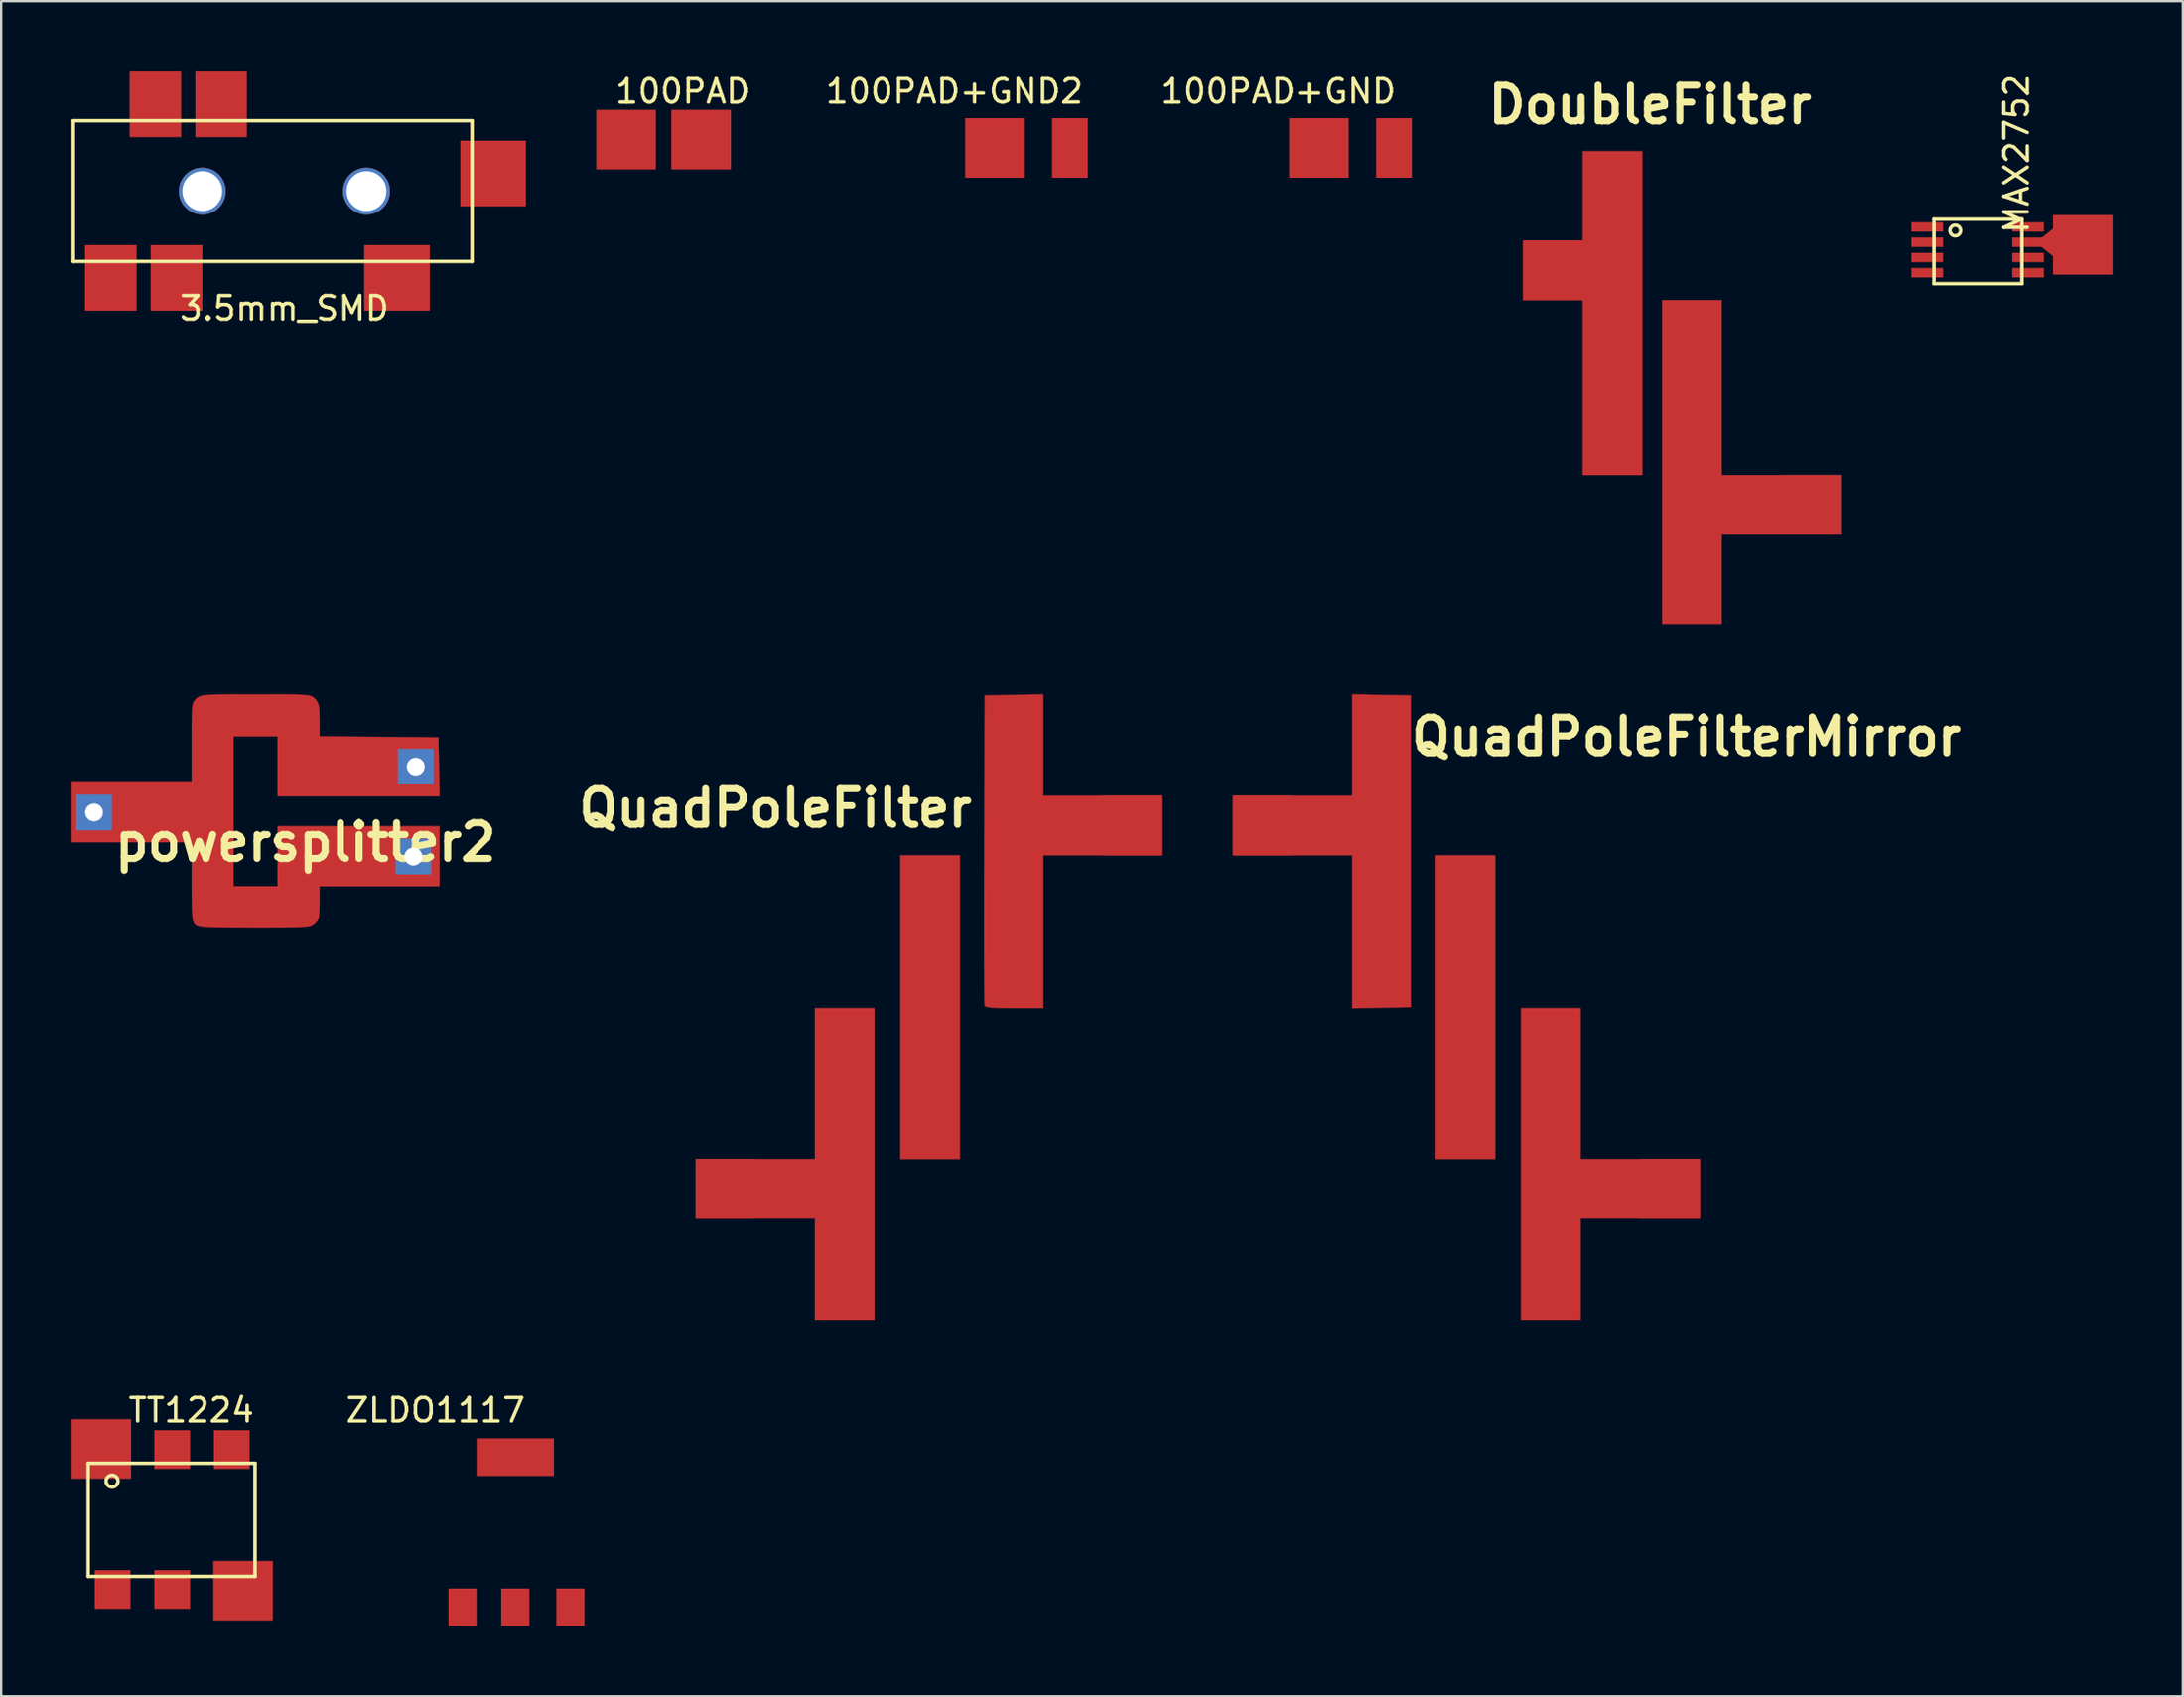
<source format=kicad_pcb>
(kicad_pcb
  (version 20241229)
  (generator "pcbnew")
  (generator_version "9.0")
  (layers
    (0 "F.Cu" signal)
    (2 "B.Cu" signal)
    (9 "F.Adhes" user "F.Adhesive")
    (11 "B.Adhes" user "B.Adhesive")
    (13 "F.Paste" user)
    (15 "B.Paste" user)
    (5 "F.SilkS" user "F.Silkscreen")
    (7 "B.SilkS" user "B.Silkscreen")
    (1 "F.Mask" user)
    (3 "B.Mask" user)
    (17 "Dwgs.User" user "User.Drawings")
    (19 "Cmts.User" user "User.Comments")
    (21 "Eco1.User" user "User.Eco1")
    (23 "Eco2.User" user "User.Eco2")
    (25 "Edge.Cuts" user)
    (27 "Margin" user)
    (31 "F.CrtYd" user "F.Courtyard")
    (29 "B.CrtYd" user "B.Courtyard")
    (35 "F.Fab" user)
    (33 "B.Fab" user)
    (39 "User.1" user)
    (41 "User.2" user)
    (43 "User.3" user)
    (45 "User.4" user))
  (footprint "DoubleFilter"
    (layer "F.Cu")
    (at 71.289 14.321)
    (property "Reference" "DoubleFilter" (at -3.988 -12.903 0) (layer "F.SilkS") (effects (font (size 1.524 1.524) (thickness 0.3))))
    (attr through_hole)
    (fp_poly (pts (xy -4.318 2.879) (xy -6.858 2.879) (xy -6.858 -4.572) (xy -9.398 -4.572) (xy -9.398 -7.112) (xy -6.858 -7.112) (xy -6.858 -10.922) (xy -4.318 -10.922) (xy -4.318 2.879)) (stroke (width 0.01) (type solid)) (fill yes) (layer "F.Cu"))
    (fp_poly (pts (xy -0.931 2.879) (xy 4.149 2.879) (xy 4.149 5.419) (xy -0.931 5.419) (xy -0.931 9.229) (xy -3.471 9.229) (xy -3.471 -4.572) (xy -0.931 -4.572) (xy -0.931 2.879)) (stroke (width 0.01) (type solid)) (fill yes) (layer "F.Cu"))
    (pad "1" smd rect (at -8.128 -5.842) (size 2.54 2.54) (layers "F.Cu" "F.Mask" "F.Paste"))
    (pad "2" smd rect (at 2.845 4.14) (size 2.54 2.54) (layers "F.Cu" "F.Mask" "F.Paste")))
  (footprint "powersplitter2"
    (layer "F.Cu")
    (at 9.977 32.867)
    (property "Reference" "powersplitter2" (at 0 0 0) (layer "F.SilkS") (effects (font (size 1.524 1.524) (thickness 0.3))))
    (attr through_hole)
    (fp_poly (pts (xy -1.426 -6.307) (xy -0.884 -6.305) (xy -0.472 -6.3) (xy -0.169 -6.29) (xy 0.044 -6.274) (xy 0.188 -6.25) (xy 0.283 -6.217) (xy 0.349 -6.172) (xy 0.407 -6.115) (xy 0.411 -6.11) (xy 0.506 -5.986) (xy 0.562 -5.831) (xy 0.589 -5.601) (xy 0.597 -5.249) (xy 0.597 -5.216) (xy 0.597 -4.52) (xy 5.668 -4.475) (xy 5.692 -3.218) (xy 5.715 -1.96) (xy -1.193 -1.96) (xy -1.193 -4.517) (xy -3.068 -4.517) (xy -3.068 1.875) (xy -1.193 1.875) (xy -1.193 -0.682) (xy 5.711 -0.682) (xy 5.711 1.875) (xy 0.597 1.875) (xy 0.597 2.585) (xy 0.592 2.944) (xy 0.57 3.178) (xy 0.522 3.329) (xy 0.437 3.443) (xy 0.399 3.48) (xy 0.336 3.534) (xy 0.263 3.577) (xy 0.16 3.609) (xy 0.007 3.632) (xy -0.218 3.648) (xy -0.532 3.658) (xy -0.958 3.663) (xy -1.515 3.665) (xy -2.187 3.665) (xy -2.892 3.664) (xy -3.445 3.661) (xy -3.867 3.655) (xy -4.178 3.644) (xy -4.397 3.627) (xy -4.543 3.603) (xy -4.637 3.571) (xy -4.697 3.53) (xy -4.717 3.509) (xy -4.767 3.434) (xy -4.803 3.317) (xy -4.829 3.135) (xy -4.845 2.865) (xy -4.854 2.482) (xy -4.858 1.962) (xy -4.858 1.677) (xy -4.858 0) (xy -9.972 0) (xy -9.972 -2.557) (xy -4.858 -2.557) (xy -4.858 -4.247) (xy -4.858 -4.824) (xy -4.854 -5.255) (xy -4.845 -5.565) (xy -4.827 -5.778) (xy -4.799 -5.92) (xy -4.758 -6.013) (xy -4.7 -6.084) (xy -4.661 -6.122) (xy -4.598 -6.177) (xy -4.524 -6.22) (xy -4.42 -6.252) (xy -4.264 -6.275) (xy -4.038 -6.291) (xy -3.719 -6.3) (xy -3.289 -6.305) (xy -2.726 -6.307) (xy -2.119 -6.307) (xy -1.426 -6.307)) (stroke (width 0.01) (type solid)) (fill yes) (layer "F.Cu"))
    (pad "1" thru_hole rect (at -9.017 -1.27) (size 1.524 1.524) (drill 0.762) (layers "*.Cu" "*.Mask"))
    (pad "2" thru_hole rect (at 4.597 0.61) (size 1.524 1.524) (drill 0.762) (layers "*.Cu" "*.Mask"))
    (pad "3" thru_hole rect (at 4.699 -3.226) (size 1.524 1.524) (drill 0.762) (layers "*.Cu" "*.Mask")))
  (footprint "QuadPoleFilterMirror"
    (layer "F.Cu")
    (at 59.854 40.026)
    (property "Reference" "QuadPoleFilterMirror" (at 8.992 -11.659 0) (layer "F.SilkS") (effects (font (size 1.524 1.524) (thickness 0.3))))
    (attr through_hole)
    (fp_poly (pts (xy 0.847 6.35) (xy -1.693 6.35) (xy -1.693 -6.604) (xy 0.847 -6.604) (xy 0.847 6.35)) (stroke (width 0.01) (type solid)) (fill yes) (layer "F.Cu"))
    (fp_poly (pts (xy 4.487 6.35) (xy 9.567 6.35) (xy 9.567 8.89) (xy 4.487 8.89) (xy 4.487 13.208) (xy 1.947 13.208) (xy 1.947 -0.085) (xy 4.487 -0.085) (xy 4.487 6.35)) (stroke (width 0.01) (type solid)) (fill yes) (layer "F.Cu"))
    (fp_poly (pts (xy -4 -13.443) (xy -2.752 -13.42) (xy -2.752 -0.127) (xy -4 -0.104) (xy -5.249 -0.08) (xy -5.249 -6.604) (xy -10.329 -6.604) (xy -10.329 -9.144) (xy -5.249 -9.144) (xy -5.249 -13.467) (xy -4 -13.443)) (stroke (width 0.01) (type solid)) (fill yes) (layer "F.Cu"))
    (pad "1" smd rect (at -9.068 -7.874) (size 2.54 2.54) (layers "F.Cu" "F.Mask" "F.Paste"))
    (pad "2" smd rect (at 8.306 7.62) (size 2.54 2.54) (layers "F.Cu" "F.Mask" "F.Paste")))
  (footprint "TT1224"
    (layer "F.Cu")
    (at 0.965 59.602)
    (property "Reference" "TT1224" (at 4.14 -2.515 0) (layer "F.SilkS") (effects (font (size 1 1) (thickness 0.15))))
    (attr through_hole)
    (fp_line (start -0.254 -0.254) (end 6.858 -0.254) (stroke (width 0.15) (type solid)) (layer "F.SilkS"))
    (fp_line (start -0.254 4.572) (end -0.254 -0.254) (stroke (width 0.15) (type solid)) (layer "F.SilkS"))
    (fp_line (start 6.858 -0.254) (end 6.858 4.572) (stroke (width 0.15) (type solid)) (layer "F.SilkS"))
    (fp_line (start 6.858 4.572) (end -0.254 4.572) (stroke (width 0.15) (type solid)) (layer "F.SilkS"))
    (fp_circle (center 0.762 0.508) (end 1.016 0.508) (stroke (width 0.15) (type solid)) (fill no) (layer "F.SilkS"))
    (pad "1" smd rect (at 0.305 -0.864) (size 2.54 2.54) (layers "F.Cu" "F.Mask" "F.Paste"))
    (pad "2" smd rect (at 3.327 -0.838) (size 1.524 1.651) (layers "F.Cu" "F.Mask" "F.Paste"))
    (pad "3" smd rect (at 5.867 -0.838) (size 1.524 1.651) (layers "F.Cu" "F.Mask" "F.Paste"))
    (pad "4" smd rect (at 6.35 5.182) (size 2.54 2.54) (layers "F.Cu" "F.Mask" "F.Paste"))
    (pad "5" smd rect (at 3.327 5.131) (size 1.524 1.651) (layers "F.Cu" "F.Mask" "F.Paste"))
    (pad "6" smd rect (at 0.787 5.131) (size 1.524 1.651) (layers "F.Cu" "F.Mask" "F.Paste")))
  (footprint "3.5mm_SMD"
    (layer "F.Cu")
    (at 1.075 5.1)
    (property "Reference" "3.5mm_SMD" (at 8 5 0) (layer "F.SilkS") (effects (font (size 1 1) (thickness 0.15))))
    (attr through_hole)
    (fp_line (start -1 -3) (end -1 3) (stroke (width 0.15) (type solid)) (layer "F.SilkS"))
    (fp_line (start -1 3) (end 16 3) (stroke (width 0.15) (type solid)) (layer "F.SilkS"))
    (fp_line (start 16 -3) (end -1 -3) (stroke (width 0.15) (type solid)) (layer "F.SilkS"))
    (fp_line (start 16 3) (end 16 -3) (stroke (width 0.15) (type solid)) (layer "F.SilkS"))
    (pad "" thru_hole circle (at 4.5 0) (size 2 2) (drill 1.7) (layers "*.Cu" "*.Mask"))
    (pad "" thru_hole circle (at 11.5 0) (size 2 2) (drill 1.7) (layers "*.Cu" "*.Mask"))
    (pad "1" smd rect (at 0.6 3.7) (size 2.2 2.8) (layers "F.Cu" "F.Mask" "F.Paste"))
    (pad "2" smd rect (at 12.8 3.7) (size 2.8 2.8) (layers "F.Cu" "F.Mask" "F.Paste"))
    (pad "3" smd rect (at 5.3 -3.7) (size 2.2 2.8) (layers "F.Cu" "F.Mask" "F.Paste"))
    (pad "4" smd rect (at 3.4 3.7) (size 2.2 2.8) (layers "F.Cu" "F.Mask" "F.Paste"))
    (pad "5" smd rect (at 16.9 -0.75) (size 2.8 2.8) (layers "F.Cu" "F.Mask" "F.Paste"))
    (pad "6" smd rect (at 2.5 -3.7) (size 2.2 2.8) (layers "F.Cu" "F.Mask" "F.Paste")))
  (footprint "QuadPoleFilter"
    (layer "F.Cu")
    (at 36.182 40.026)
    (property "Reference" "QuadPoleFilter" (at -6.172 -8.611 0) (layer "F.SilkS") (effects (font (size 1.524 1.524) (thickness 0.3))))
    (attr through_hole)
    (fp_poly (pts (xy 1.693 6.35) (xy -0.847 6.35) (xy -0.847 -6.604) (xy 1.693 -6.604) (xy 1.693 6.35)) (stroke (width 0.01) (type solid)) (fill yes) (layer "F.Cu"))
    (fp_poly (pts (xy -1.947 13.208) (xy -4.487 13.208) (xy -4.487 8.89) (xy -9.567 8.89) (xy -9.567 6.35) (xy -4.487 6.35) (xy -4.487 -0.085) (xy -1.947 -0.085) (xy -1.947 13.208)) (stroke (width 0.01) (type solid)) (fill yes) (layer "F.Cu"))
    (fp_poly (pts (xy 5.249 -9.144) (xy 10.329 -9.144) (xy 10.329 -6.604) (xy 5.249 -6.604) (xy 5.249 -0.085) (xy 4.019 -0.085) (xy 3.497 -0.089) (xy 3.126 -0.103) (xy 2.89 -0.128) (xy 2.77 -0.166) (xy 2.748 -0.191) (xy 2.742 -0.29) (xy 2.737 -0.546) (xy 2.732 -0.945) (xy 2.729 -1.473) (xy 2.726 -2.119) (xy 2.725 -2.868) (xy 2.724 -3.707) (xy 2.725 -4.623) (xy 2.726 -5.604) (xy 2.729 -6.636) (xy 2.73 -6.858) (xy 2.752 -13.42) (xy 4 -13.443) (xy 5.249 -13.467) (xy 5.249 -9.144)) (stroke (width 0.01) (type solid)) (fill yes) (layer "F.Cu"))
    (pad "1" smd rect (at -8.306 7.62) (size 2.54 2.54) (layers "F.Cu" "F.Mask" "F.Paste"))
    (pad "2" smd rect (at 9.042 -7.874) (size 2.54 2.54) (layers "F.Cu" "F.Mask" "F.Paste")))
  (footprint "100PAD"
    (layer "F.Cu")
    (at 24.915 4.176)
    (property "Reference" "100PAD" (at 1.143 -3.327 0) (layer "F.SilkS") (effects (font (size 1 1) (thickness 0.15))))
    (attr through_hole)
    (pad "1" smd rect (at -1.27 -1.27) (size 2.54 2.54) (layers "F.Cu" "F.Mask" "F.Paste"))
    (pad "2" smd rect (at 1.93 -1.27) (size 2.54 2.54) (layers "F.Cu" "F.Mask" "F.Paste")))
  (footprint "100PAD+GND"
    (layer "F.Cu")
    (at 54.453 4.531)
    (property "Reference" "100PAD+GND" (at -2.997 -3.683 0) (layer "F.SilkS") (effects (font (size 1 1) (thickness 0.15))))
    (attr through_hole)
    (pad "1" smd rect (at 1.93 -1.27) (size 1.524 2.54) (layers "F.Cu" "F.Mask" "F.Paste"))
    (pad "2" smd rect (at -1.27 -1.27) (size 2.54 2.54) (layers "F.Cu" "F.Mask" "F.Paste")))
  (footprint "100PAD+GND2"
    (layer "F.Cu")
    (at 40.639 4.531)
    (property "Reference" "100PAD+GND2" (at -2.997 -3.683 0) (layer "F.SilkS") (effects (font (size 1 1) (thickness 0.15))))
    (attr through_hole)
    (pad "1" smd rect (at 1.93 -1.27) (size 1.524 2.54) (layers "F.Cu" "F.Mask" "F.Paste"))
    (pad "2" smd rect (at -1.27 -1.27) (size 2.54 2.54) (layers "F.Cu" "F.Mask" "F.Paste")))
  (footprint "ZLDO1117"
    (layer "F.Cu")
    (at 18.92 65.488)
    (property "Reference" "ZLDO1117" (at -3.4 -8.4 0) (layer "F.SilkS") (effects (font (size 1 1) (thickness 0.15))))
    (attr through_hole)
    (pad "1" smd rect (at -2.25 0) (size 1.2 1.6) (layers "F.Cu" "F.Mask" "F.Paste"))
    (pad "2" smd rect (at 0 -6.4) (size 3.3 1.6) (layers "F.Cu" "F.Mask" "F.Paste"))
    (pad "2" smd rect (at 0 0) (size 1.2 1.6) (layers "F.Cu" "F.Mask" "F.Paste"))
    (pad "3" smd rect (at 2.35 0) (size 1.2 1.6) (layers "F.Cu" "F.Mask" "F.Paste")))
  (footprint "MAX2752"
    (layer "F.Cu")
    (at 79.905 7.799)
    (property "Reference" "MAX2752" (at 3.023 -4.293 90) (layer "F.SilkS") (effects (font (size 1 1) (thickness 0.15))))
    (attr through_hole)
    (fp_line (start -0.5 -1.5) (end -0.5 1.25) (stroke (width 0.15) (type solid)) (layer "F.SilkS"))
    (fp_line (start -0.5 1.25) (end 3.25 1.25) (stroke (width 0.15) (type solid)) (layer "F.SilkS"))
    (fp_line (start 3.25 -1.5) (end -0.5 -1.5) (stroke (width 0.15) (type solid)) (layer "F.SilkS"))
    (fp_line (start 3.25 1.25) (end 3.25 -1.5) (stroke (width 0.15) (type solid)) (layer "F.SilkS"))
    (fp_circle (center 0.406 -1.016) (end 0.508 -0.813) (stroke (width 0.15) (type solid)) (fill no) (layer "F.SilkS"))
    (pad "1" smd rect (at -0.787 -1.168) (size 1.35 0.4) (layers "F.Cu" "F.Mask" "F.Paste"))
    (pad "2" smd rect (at -0.787 -0.518) (size 1.35 0.4) (layers "F.Cu" "F.Mask" "F.Paste"))
    (pad "3" smd rect (at -0.787 0.132) (size 1.35 0.4) (layers "F.Cu" "F.Mask" "F.Paste"))
    (pad "4" smd rect (at -0.787 0.782) (size 1.35 0.4) (layers "F.Cu" "F.Mask" "F.Paste"))
    (pad "5" smd rect (at 3.513 0.782) (size 1.35 0.4) (layers "F.Cu" "F.Mask" "F.Paste"))
    (pad "6" smd rect (at 3.513 0.132) (size 1.35 0.4) (layers "F.Cu" "F.Mask" "F.Paste"))
    (pad "7" smd rect (at 3.513 -0.518) (size 1.35 0.4) (layers "F.Cu" "F.Mask" "F.Paste"))
    (pad "7" smd trapezoid (at 4.318 -0.508 180) (size 0.635 0.762) (rect_delta 0.508 0) (layers "F.Cu" "F.Mask" "F.Paste"))
    (pad "7" smd rect (at 5.842 -0.406 180) (size 2.54 2.54) (layers "F.Cu" "F.Mask" "F.Paste"))
    (pad "8" smd rect (at 3.513 -1.168) (size 1.35 0.4) (layers "F.Cu" "F.Mask" "F.Paste")))
  (gr_rect
    (start -3 -3)
    (end 90.017 69.288)
    (stroke (width 0.1) (type default))
    (fill no)
    (layer "Edge.Cuts")))
</source>
